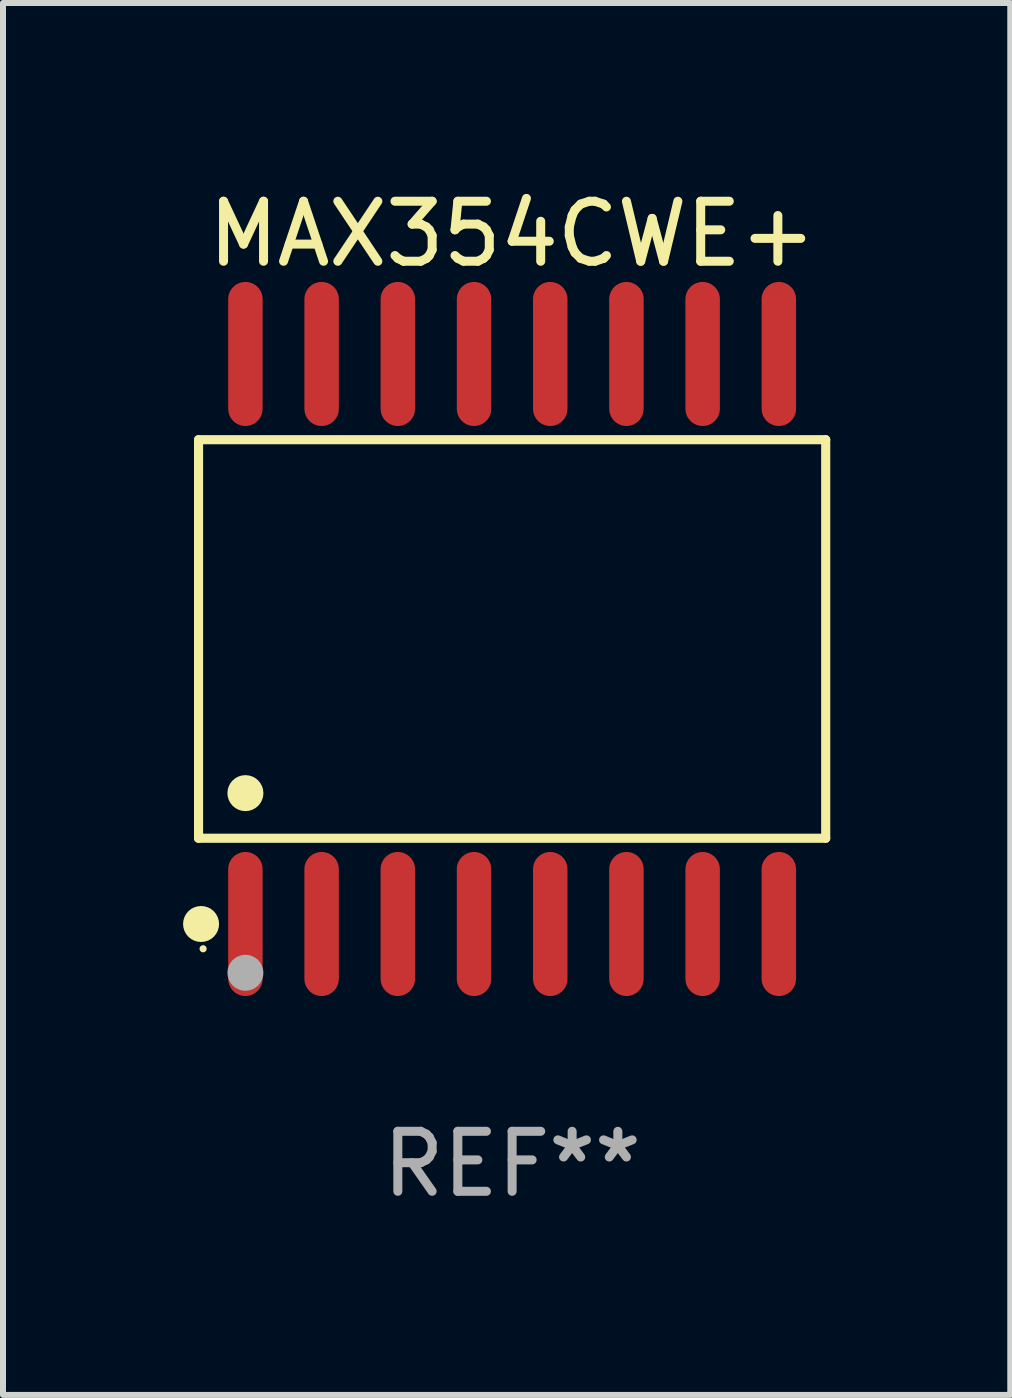
<source format=kicad_pcb>
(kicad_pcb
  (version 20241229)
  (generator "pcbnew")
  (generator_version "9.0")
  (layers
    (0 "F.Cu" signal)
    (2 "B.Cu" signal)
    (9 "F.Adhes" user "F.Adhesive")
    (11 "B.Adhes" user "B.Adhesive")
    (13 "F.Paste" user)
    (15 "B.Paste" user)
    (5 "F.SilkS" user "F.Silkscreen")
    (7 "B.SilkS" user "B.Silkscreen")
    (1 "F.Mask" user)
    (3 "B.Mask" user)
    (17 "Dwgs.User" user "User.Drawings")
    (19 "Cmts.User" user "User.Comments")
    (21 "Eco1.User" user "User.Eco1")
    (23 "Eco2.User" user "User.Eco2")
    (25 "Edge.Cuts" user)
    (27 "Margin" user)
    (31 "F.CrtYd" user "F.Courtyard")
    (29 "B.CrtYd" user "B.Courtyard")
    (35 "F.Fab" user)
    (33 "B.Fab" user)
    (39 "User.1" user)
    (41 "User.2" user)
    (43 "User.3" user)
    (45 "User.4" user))
  (footprint "MAX354CWE+"
    (layer "F.Cu")
    (at 5.485 7.599)
    (property "Reference" "MAX354CWE+" (at 0 -6.75 0) (layer "F.SilkS") (effects (font (size 1 1) (thickness 0.15))))
    (attr through_hole)
    (fp_line (start -5.226 -3.321) (end 5.226 -3.321) (stroke (width 0.152) (type solid)) (layer "F.SilkS"))
    (fp_line (start -5.226 3.321) (end -5.226 -3.321) (stroke (width 0.152) (type solid)) (layer "F.SilkS"))
    (fp_line (start 5.226 -3.321) (end 5.226 3.321) (stroke (width 0.152) (type solid)) (layer "F.SilkS"))
    (fp_line (start 5.226 3.321) (end -5.226 3.321) (stroke (width 0.152) (type solid)) (layer "F.SilkS"))
    (fp_circle (center -5.184 4.75) (end -5.034 4.75) (stroke (width 0.3) (type solid)) (fill no) (layer "F.SilkS"))
    (fp_circle (center -5.15 5.163) (end -5.12 5.163) (stroke (width 0.06) (type solid)) (fill no) (layer "F.SilkS"))
    (fp_circle (center -4.445 2.569) (end -4.295 2.569) (stroke (width 0.3) (type solid)) (fill no) (layer "F.SilkS"))
    (fp_circle (center -4.445 5.563) (end -4.295 5.563) (stroke (width 0.3) (type solid)) (fill no) (layer "F.Fab"))
    (fp_text user "REF**" (at 0 8.75 0) (layer "F.Fab") (effects (font (size 1 1) (thickness 0.15))))
    (pad "1" smd oval (at -4.445 4.75) (size 0.574 2.401) (layers "F.Cu" "F.Mask" "F.Paste"))
    (pad "2" smd oval (at -3.175 4.75) (size 0.574 2.401) (layers "F.Cu" "F.Mask" "F.Paste"))
    (pad "3" smd oval (at -1.905 4.75) (size 0.574 2.401) (layers "F.Cu" "F.Mask" "F.Paste"))
    (pad "4" smd oval (at -0.635 4.75) (size 0.574 2.401) (layers "F.Cu" "F.Mask" "F.Paste"))
    (pad "5" smd oval (at 0.635 4.75) (size 0.574 2.401) (layers "F.Cu" "F.Mask" "F.Paste"))
    (pad "6" smd oval (at 1.905 4.75) (size 0.574 2.401) (layers "F.Cu" "F.Mask" "F.Paste"))
    (pad "7" smd oval (at 3.175 4.75) (size 0.574 2.401) (layers "F.Cu" "F.Mask" "F.Paste"))
    (pad "8" smd oval (at 4.445 4.75) (size 0.574 2.401) (layers "F.Cu" "F.Mask" "F.Paste"))
    (pad "9" smd oval (at 4.445 -4.75) (size 0.574 2.401) (layers "F.Cu" "F.Mask" "F.Paste"))
    (pad "10" smd oval (at 3.175 -4.75) (size 0.574 2.401) (layers "F.Cu" "F.Mask" "F.Paste"))
    (pad "11" smd oval (at 1.905 -4.75) (size 0.574 2.401) (layers "F.Cu" "F.Mask" "F.Paste"))
    (pad "12" smd oval (at 0.635 -4.75) (size 0.574 2.401) (layers "F.Cu" "F.Mask" "F.Paste"))
    (pad "13" smd oval (at -0.635 -4.75) (size 0.574 2.401) (layers "F.Cu" "F.Mask" "F.Paste"))
    (pad "14" smd oval (at -1.905 -4.75) (size 0.574 2.401) (layers "F.Cu" "F.Mask" "F.Paste"))
    (pad "15" smd oval (at -3.175 -4.75) (size 0.574 2.401) (layers "F.Cu" "F.Mask" "F.Paste"))
    (pad "16" smd oval (at -4.445 -4.75) (size 0.574 2.401) (layers "F.Cu" "F.Mask" "F.Paste")))
  (gr_rect
    (start -3 -3)
    (end 13.787 20.197)
    (stroke (width 0.1) (type default))
    (fill no)
    (layer "Edge.Cuts")))
</source>
